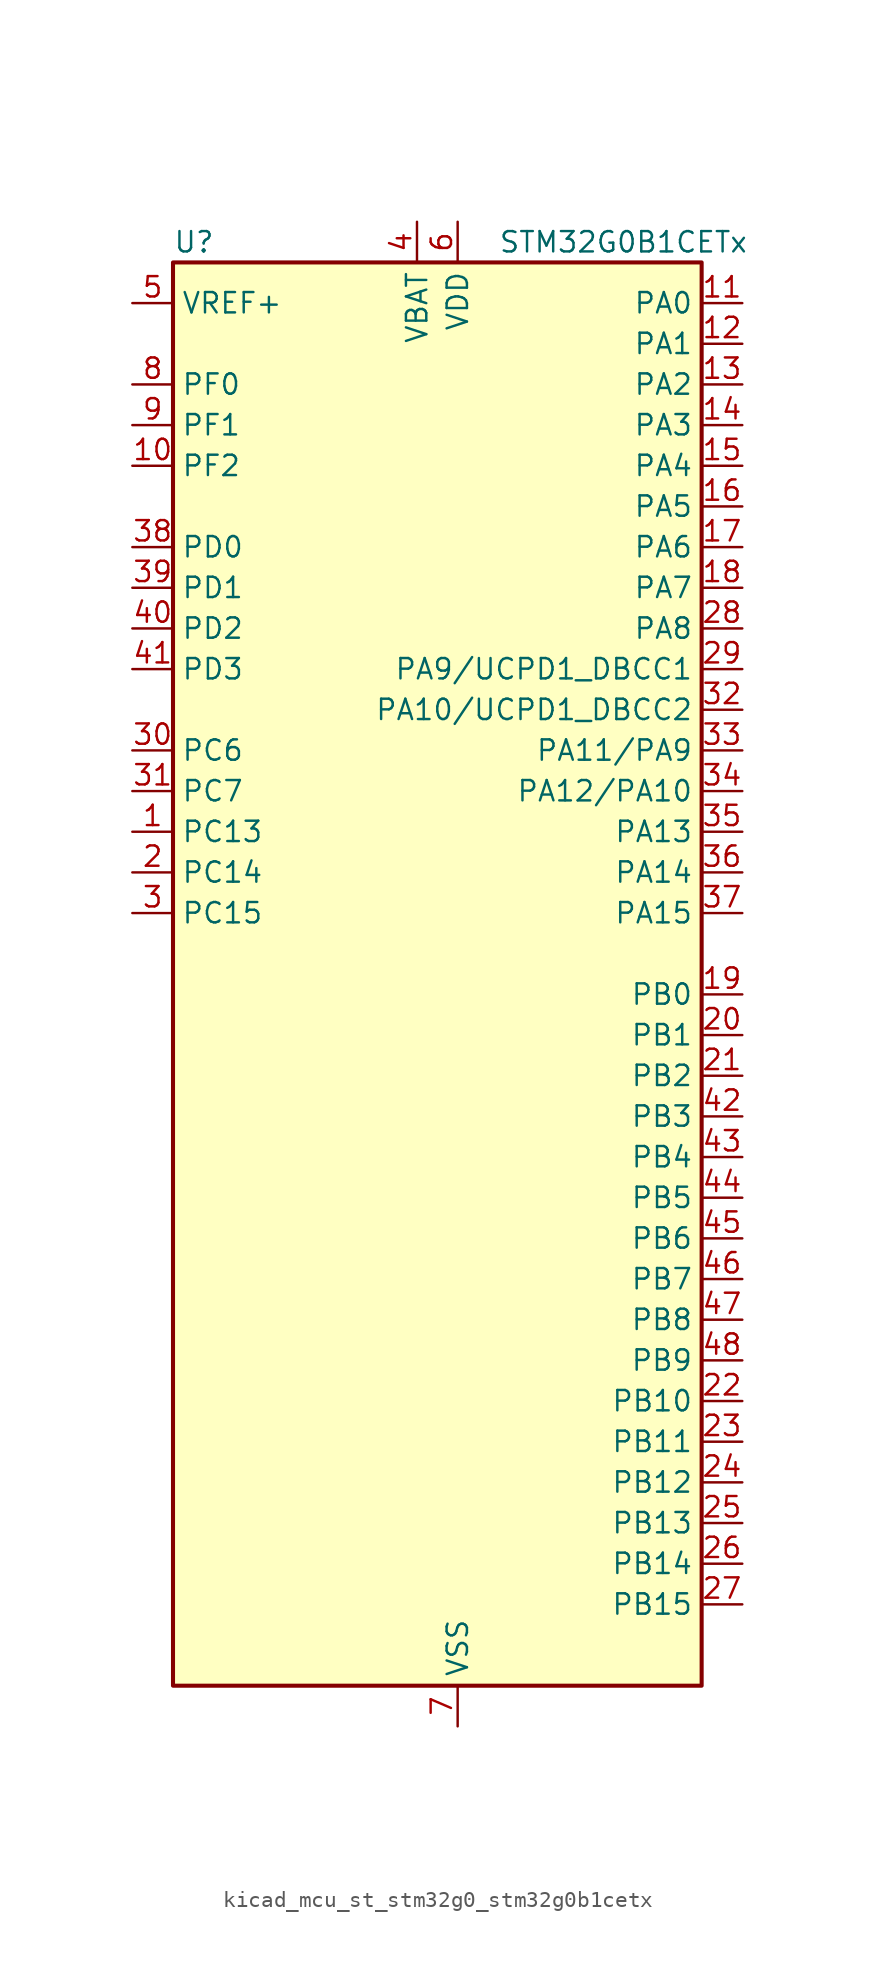
<source format=kicad_sym>
(kicad_symbol_lib
  (version 20220914)
  (generator kicad_symbol_editor)
  (symbol "kicad_mcu_st_stm32g0_stm32g0b1cetx"
    (property "Reference" "U"
      (at -15.24 46.99 0)
      (effects (font (size 1.27 1.27)) (justify left)))
    (property "Value" "STM32G0B1CETx"
      (at 5.08 46.99 0)
      (effects (font (size 1.27 1.27)) (justify left)))
    (property "ki_locked" ""
      (at 0 0 0)
      (effects (font (size 1.27 1.27))))
    (symbol "kicad_mcu_st_stm32g0_stm32g0b1cetx_0_1"
      (rectangle (start -15.24 -43.18) (end 17.78 45.72) (stroke (width 0.254) (type default)) (fill (type background))))
    (symbol "kicad_mcu_st_stm32g0_stm32g0b1cetx_1_1"
      (pin bidirectional line (at -17.78 10.16 0) (length 2.54) (name "PC13" (effects (font (size 1.27 1.27)))) (number "1" (effects (font (size 1.27 1.27)))) (alternate "RTC_OUT1" bidirectional line) (alternate "RTC_TAMP_IN1" bidirectional line) (alternate "RTC_TS" bidirectional line) (alternate "SYS_WKUP2" bidirectional line) (alternate "TIM1_BK" bidirectional line))
      (pin bidirectional line (at -17.78 33.02 0) (length 2.54) (name "PF2" (effects (font (size 1.27 1.27)))) (number "10" (effects (font (size 1.27 1.27)))) (alternate "LPUART2_DE" bidirectional line) (alternate "LPUART2_RTS" bidirectional line) (alternate "LPUART2_TX" bidirectional line) (alternate "RCC_MCO" bidirectional line))
      (pin bidirectional line (at 20.32 43.18 180) (length 2.54) (name "PA0" (effects (font (size 1.27 1.27)))) (number "11" (effects (font (size 1.27 1.27)))) (alternate "ADC1_IN0" bidirectional line) (alternate "COMP1_INM" bidirectional line) (alternate "COMP1_OUT" bidirectional line) (alternate "I2S2_CK" bidirectional line) (alternate "LPTIM1_OUT" bidirectional line) (alternate "RTC_TAMP_IN2" bidirectional line) (alternate "SPI2_SCK" bidirectional line) (alternate "SYS_WKUP1" bidirectional line) (alternate "TIM2_CH1" bidirectional line) (alternate "TIM2_ETR" bidirectional line) (alternate "UCPD2_FRSTX1" bidirectional line) (alternate "UCPD2_FRSTX2" bidirectional line) (alternate "USART2_CTS" bidirectional line) (alternate "USART2_NSS" bidirectional line) (alternate "USART4_TX" bidirectional line))
      (pin bidirectional line (at 20.32 40.64 180) (length 2.54) (name "PA1" (effects (font (size 1.27 1.27)))) (number "12" (effects (font (size 1.27 1.27)))) (alternate "ADC1_IN1" bidirectional line) (alternate "COMP1_INP" bidirectional line) (alternate "I2C1_SMBA" bidirectional line) (alternate "I2S1_CK" bidirectional line) (alternate "SPI1_SCK" bidirectional line) (alternate "TIM15_CH1N" bidirectional line) (alternate "TIM2_CH2" bidirectional line) (alternate "USART2_CK" bidirectional line) (alternate "USART2_DE" bidirectional line) (alternate "USART2_RTS" bidirectional line) (alternate "USART4_RX" bidirectional line))
      (pin bidirectional line (at 20.32 38.1 180) (length 2.54) (name "PA2" (effects (font (size 1.27 1.27)))) (number "13" (effects (font (size 1.27 1.27)))) (alternate "ADC1_IN2" bidirectional line) (alternate "COMP2_INM" bidirectional line) (alternate "COMP2_OUT" bidirectional line) (alternate "I2S1_SD" bidirectional line) (alternate "LPUART1_TX" bidirectional line) (alternate "RCC_LSCO" bidirectional line) (alternate "SPI1_MOSI" bidirectional line) (alternate "SYS_WKUP4" bidirectional line) (alternate "TIM15_CH1" bidirectional line) (alternate "TIM2_CH3" bidirectional line) (alternate "UCPD1_FRSTX1" bidirectional line) (alternate "UCPD1_FRSTX2" bidirectional line) (alternate "USART2_TX" bidirectional line))
      (pin bidirectional line (at 20.32 35.56 180) (length 2.54) (name "PA3" (effects (font (size 1.27 1.27)))) (number "14" (effects (font (size 1.27 1.27)))) (alternate "ADC1_IN3" bidirectional line) (alternate "COMP2_INP" bidirectional line) (alternate "I2S2_MCK" bidirectional line) (alternate "LPUART1_RX" bidirectional line) (alternate "SPI2_MISO" bidirectional line) (alternate "TIM15_CH2" bidirectional line) (alternate "TIM2_CH4" bidirectional line) (alternate "UCPD2_FRSTX1" bidirectional line) (alternate "UCPD2_FRSTX2" bidirectional line) (alternate "USART2_RX" bidirectional line))
      (pin bidirectional line (at 20.32 33.02 180) (length 2.54) (name "PA4" (effects (font (size 1.27 1.27)))) (number "15" (effects (font (size 1.27 1.27)))) (alternate "ADC1_IN4" bidirectional line) (alternate "DAC1_OUT1" bidirectional line) (alternate "I2S1_WS" bidirectional line) (alternate "I2S2_SD" bidirectional line) (alternate "LPTIM2_OUT" bidirectional line) (alternate "RTC_OUT2" bidirectional line) (alternate "SPI1_NSS" bidirectional line) (alternate "SPI2_MOSI" bidirectional line) (alternate "SPI3_NSS" bidirectional line) (alternate "TIM14_CH1" bidirectional line) (alternate "UCPD2_FRSTX1" bidirectional line) (alternate "UCPD2_FRSTX2" bidirectional line) (alternate "USART6_TX" bidirectional line) (alternate "USB_NOE" bidirectional line))
      (pin bidirectional line (at 20.32 30.48 180) (length 2.54) (name "PA5" (effects (font (size 1.27 1.27)))) (number "16" (effects (font (size 1.27 1.27)))) (alternate "ADC1_IN5" bidirectional line) (alternate "CEC" bidirectional line) (alternate "DAC1_OUT2" bidirectional line) (alternate "I2S1_CK" bidirectional line) (alternate "LPTIM2_ETR" bidirectional line) (alternate "SPI1_SCK" bidirectional line) (alternate "TIM2_CH1" bidirectional line) (alternate "TIM2_ETR" bidirectional line) (alternate "UCPD1_FRSTX1" bidirectional line) (alternate "UCPD1_FRSTX2" bidirectional line) (alternate "USART3_TX" bidirectional line) (alternate "USART6_RX" bidirectional line))
      (pin bidirectional line (at 20.32 27.94 180) (length 2.54) (name "PA6" (effects (font (size 1.27 1.27)))) (number "17" (effects (font (size 1.27 1.27)))) (alternate "ADC1_IN6" bidirectional line) (alternate "COMP1_OUT" bidirectional line) (alternate "I2C2_SDA" bidirectional line) (alternate "I2C3_SDA" bidirectional line) (alternate "I2S1_MCK" bidirectional line) (alternate "LPUART1_CTS" bidirectional line) (alternate "SPI1_MISO" bidirectional line) (alternate "TIM16_CH1" bidirectional line) (alternate "TIM1_BK" bidirectional line) (alternate "TIM3_CH1" bidirectional line) (alternate "USART3_CTS" bidirectional line) (alternate "USART3_NSS" bidirectional line) (alternate "USART6_CTS" bidirectional line) (alternate "USART6_NSS" bidirectional line))
      (pin bidirectional line (at 20.32 25.4 180) (length 2.54) (name "PA7" (effects (font (size 1.27 1.27)))) (number "18" (effects (font (size 1.27 1.27)))) (alternate "ADC1_IN7" bidirectional line) (alternate "COMP2_OUT" bidirectional line) (alternate "I2C2_SCL" bidirectional line) (alternate "I2C3_SCL" bidirectional line) (alternate "I2S1_SD" bidirectional line) (alternate "SPI1_MOSI" bidirectional line) (alternate "TIM14_CH1" bidirectional line) (alternate "TIM17_CH1" bidirectional line) (alternate "TIM1_CH1N" bidirectional line) (alternate "TIM3_CH2" bidirectional line) (alternate "UCPD1_FRSTX1" bidirectional line) (alternate "UCPD1_FRSTX2" bidirectional line) (alternate "USART6_CK" bidirectional line) (alternate "USART6_DE" bidirectional line) (alternate "USART6_RTS" bidirectional line))
      (pin bidirectional line (at 20.32 0 180) (length 2.54) (name "PB0" (effects (font (size 1.27 1.27)))) (number "19" (effects (font (size 1.27 1.27)))) (alternate "ADC1_IN8" bidirectional line) (alternate "COMP1_OUT" bidirectional line) (alternate "COMP3_INP" bidirectional line) (alternate "FDCAN2_RX" bidirectional line) (alternate "I2S1_WS" bidirectional line) (alternate "LPTIM1_OUT" bidirectional line) (alternate "LPUART2_CTS" bidirectional line) (alternate "SPI1_NSS" bidirectional line) (alternate "TIM1_CH2N" bidirectional line) (alternate "TIM3_CH3" bidirectional line) (alternate "UCPD1_FRSTX1" bidirectional line) (alternate "UCPD1_FRSTX2" bidirectional line) (alternate "USART3_RX" bidirectional line) (alternate "USART5_TX" bidirectional line))
      (pin bidirectional line (at -17.78 7.62 0) (length 2.54) (name "PC14" (effects (font (size 1.27 1.27)))) (number "2" (effects (font (size 1.27 1.27)))) (alternate "RCC_OSC32_IN" bidirectional line) (alternate "TIM1_BK2" bidirectional line))
      (pin bidirectional line (at 20.32 -2.54 180) (length 2.54) (name "PB1" (effects (font (size 1.27 1.27)))) (number "20" (effects (font (size 1.27 1.27)))) (alternate "ADC1_IN9" bidirectional line) (alternate "COMP1_INM" bidirectional line) (alternate "COMP3_OUT" bidirectional line) (alternate "FDCAN2_TX" bidirectional line) (alternate "LPTIM2_IN1" bidirectional line) (alternate "LPUART1_DE" bidirectional line) (alternate "LPUART1_RTS" bidirectional line) (alternate "LPUART2_DE" bidirectional line) (alternate "LPUART2_RTS" bidirectional line) (alternate "TIM14_CH1" bidirectional line) (alternate "TIM1_CH3N" bidirectional line) (alternate "TIM3_CH4" bidirectional line) (alternate "USART3_CK" bidirectional line) (alternate "USART3_DE" bidirectional line) (alternate "USART3_RTS" bidirectional line) (alternate "USART5_RX" bidirectional line))
      (pin bidirectional line (at 20.32 -5.08 180) (length 2.54) (name "PB2" (effects (font (size 1.27 1.27)))) (number "21" (effects (font (size 1.27 1.27)))) (alternate "ADC1_IN10" bidirectional line) (alternate "COMP1_INP" bidirectional line) (alternate "COMP3_INM" bidirectional line) (alternate "I2S2_MCK" bidirectional line) (alternate "LPTIM1_OUT" bidirectional line) (alternate "RCC_MCO_2" bidirectional line) (alternate "SPI2_MISO" bidirectional line) (alternate "USART3_TX" bidirectional line))
      (pin bidirectional line (at 20.32 -25.4 180) (length 2.54) (name "PB10" (effects (font (size 1.27 1.27)))) (number "22" (effects (font (size 1.27 1.27)))) (alternate "ADC1_IN11" bidirectional line) (alternate "CEC" bidirectional line) (alternate "COMP1_OUT" bidirectional line) (alternate "I2C2_SCL" bidirectional line) (alternate "I2S2_CK" bidirectional line) (alternate "LPUART1_RX" bidirectional line) (alternate "SPI2_SCK" bidirectional line) (alternate "TIM2_CH3" bidirectional line) (alternate "USART3_TX" bidirectional line))
      (pin bidirectional line (at 20.32 -27.94 180) (length 2.54) (name "PB11" (effects (font (size 1.27 1.27)))) (number "23" (effects (font (size 1.27 1.27)))) (alternate "ADC1_EXTI11" bidirectional line) (alternate "ADC1_IN15" bidirectional line) (alternate "COMP2_OUT" bidirectional line) (alternate "I2C2_SDA" bidirectional line) (alternate "I2S2_SD" bidirectional line) (alternate "LPUART1_TX" bidirectional line) (alternate "SPI2_MOSI" bidirectional line) (alternate "TIM2_CH4" bidirectional line) (alternate "USART3_RX" bidirectional line))
      (pin bidirectional line (at 20.32 -30.48 180) (length 2.54) (name "PB12" (effects (font (size 1.27 1.27)))) (number "24" (effects (font (size 1.27 1.27)))) (alternate "ADC1_IN16" bidirectional line) (alternate "FDCAN2_RX" bidirectional line) (alternate "I2C2_SMBA" bidirectional line) (alternate "I2S2_WS" bidirectional line) (alternate "LPUART1_DE" bidirectional line) (alternate "LPUART1_RTS" bidirectional line) (alternate "SPI2_NSS" bidirectional line) (alternate "TIM15_BK" bidirectional line) (alternate "TIM1_BK" bidirectional line) (alternate "UCPD2_FRSTX1" bidirectional line) (alternate "UCPD2_FRSTX2" bidirectional line))
      (pin bidirectional line (at 20.32 -33.02 180) (length 2.54) (name "PB13" (effects (font (size 1.27 1.27)))) (number "25" (effects (font (size 1.27 1.27)))) (alternate "FDCAN2_TX" bidirectional line) (alternate "I2C2_SCL" bidirectional line) (alternate "I2S2_CK" bidirectional line) (alternate "LPUART1_CTS" bidirectional line) (alternate "SPI2_SCK" bidirectional line) (alternate "TIM15_CH1N" bidirectional line) (alternate "TIM1_CH1N" bidirectional line) (alternate "USART3_CTS" bidirectional line) (alternate "USART3_NSS" bidirectional line))
      (pin bidirectional line (at 20.32 -35.56 180) (length 2.54) (name "PB14" (effects (font (size 1.27 1.27)))) (number "26" (effects (font (size 1.27 1.27)))) (alternate "I2C2_SDA" bidirectional line) (alternate "I2S2_MCK" bidirectional line) (alternate "SPI2_MISO" bidirectional line) (alternate "TIM15_CH1" bidirectional line) (alternate "TIM1_CH2N" bidirectional line) (alternate "UCPD1_FRSTX1" bidirectional line) (alternate "UCPD1_FRSTX2" bidirectional line) (alternate "USART3_CK" bidirectional line) (alternate "USART3_DE" bidirectional line) (alternate "USART3_RTS" bidirectional line) (alternate "USART6_CK" bidirectional line) (alternate "USART6_DE" bidirectional line) (alternate "USART6_RTS" bidirectional line))
      (pin bidirectional line (at 20.32 -38.1 180) (length 2.54) (name "PB15" (effects (font (size 1.27 1.27)))) (number "27" (effects (font (size 1.27 1.27)))) (alternate "I2S2_SD" bidirectional line) (alternate "RTC_REFIN" bidirectional line) (alternate "SPI2_MOSI" bidirectional line) (alternate "TIM15_CH1N" bidirectional line) (alternate "TIM15_CH2" bidirectional line) (alternate "TIM1_CH3N" bidirectional line) (alternate "UCPD1_CC2" bidirectional line) (alternate "USART6_CTS" bidirectional line) (alternate "USART6_NSS" bidirectional line))
      (pin bidirectional line (at 20.32 22.86 180) (length 2.54) (name "PA8" (effects (font (size 1.27 1.27)))) (number "28" (effects (font (size 1.27 1.27)))) (alternate "CRS1_SYNC" bidirectional line) (alternate "I2C2_SMBA" bidirectional line) (alternate "I2S2_WS" bidirectional line) (alternate "LPTIM2_OUT" bidirectional line) (alternate "RCC_MCO" bidirectional line) (alternate "SPI2_NSS" bidirectional line) (alternate "TIM1_CH1" bidirectional line) (alternate "UCPD1_CC1" bidirectional line))
      (pin bidirectional line (at 20.32 20.32 180) (length 2.54) (name "PA9/UCPD1_DBCC1" (effects (font (size 1.27 1.27)))) (number "29" (effects (font (size 1.27 1.27)))) (alternate "DAC1_EXTI9" bidirectional line) (alternate "I2C1_SCL" bidirectional line) (alternate "I2C2_SCL" bidirectional line) (alternate "I2S2_MCK" bidirectional line) (alternate "RCC_MCO" bidirectional line) (alternate "SPI2_MISO" bidirectional line) (alternate "TIM15_BK" bidirectional line) (alternate "TIM1_CH2" bidirectional line) (alternate "UCPD1_DBCC1" bidirectional line) (alternate "USART1_TX" bidirectional line))
      (pin bidirectional line (at -17.78 5.08 0) (length 2.54) (name "PC15" (effects (font (size 1.27 1.27)))) (number "3" (effects (font (size 1.27 1.27)))) (alternate "RCC_OSC32_EN" bidirectional line) (alternate "RCC_OSC32_OUT" bidirectional line) (alternate "RCC_OSC_EN" bidirectional line) (alternate "TIM15_BK" bidirectional line))
      (pin bidirectional line (at -17.78 15.24 0) (length 2.54) (name "PC6" (effects (font (size 1.27 1.27)))) (number "30" (effects (font (size 1.27 1.27)))) (alternate "LPUART2_TX" bidirectional line) (alternate "TIM2_CH3" bidirectional line) (alternate "TIM3_CH1" bidirectional line) (alternate "UCPD1_FRSTX1" bidirectional line) (alternate "UCPD1_FRSTX2" bidirectional line))
      (pin bidirectional line (at -17.78 12.7 0) (length 2.54) (name "PC7" (effects (font (size 1.27 1.27)))) (number "31" (effects (font (size 1.27 1.27)))) (alternate "LPUART2_RX" bidirectional line) (alternate "TIM2_CH4" bidirectional line) (alternate "TIM3_CH2" bidirectional line) (alternate "UCPD2_FRSTX1" bidirectional line) (alternate "UCPD2_FRSTX2" bidirectional line))
      (pin bidirectional line (at 20.32 17.78 180) (length 2.54) (name "PA10/UCPD1_DBCC2" (effects (font (size 1.27 1.27)))) (number "32" (effects (font (size 1.27 1.27)))) (alternate "I2C1_SDA" bidirectional line) (alternate "I2C2_SDA" bidirectional line) (alternate "I2S2_SD" bidirectional line) (alternate "RCC_MCO_2" bidirectional line) (alternate "SPI2_MOSI" bidirectional line) (alternate "TIM17_BK" bidirectional line) (alternate "TIM1_CH3" bidirectional line) (alternate "UCPD1_DBCC2" bidirectional line) (alternate "USART1_RX" bidirectional line))
      (pin bidirectional line (at 20.32 15.24 180) (length 2.54) (name "PA11/PA9" (effects (font (size 1.27 1.27)))) (number "33" (effects (font (size 1.27 1.27)))) (alternate "ADC1_EXTI11" bidirectional line) (alternate "COMP1_OUT" bidirectional line) (alternate "FDCAN1_RX" bidirectional line) (alternate "I2C2_SCL" bidirectional line) (alternate "I2S1_MCK" bidirectional line) (alternate "SPI1_MISO" bidirectional line) (alternate "TIM1_BK2" bidirectional line) (alternate "TIM1_CH4" bidirectional line) (alternate "USART1_CTS" bidirectional line) (alternate "USART1_NSS" bidirectional line) (alternate "USB_DM" bidirectional line))
      (pin bidirectional line (at 20.32 12.7 180) (length 2.54) (name "PA12/PA10" (effects (font (size 1.27 1.27)))) (number "34" (effects (font (size 1.27 1.27)))) (alternate "COMP2_OUT" bidirectional line) (alternate "FDCAN1_TX" bidirectional line) (alternate "I2C2_SDA" bidirectional line) (alternate "I2S1_SD" bidirectional line) (alternate "I2S_CKIN" bidirectional line) (alternate "SPI1_MOSI" bidirectional line) (alternate "TIM1_ETR" bidirectional line) (alternate "USART1_CK" bidirectional line) (alternate "USART1_DE" bidirectional line) (alternate "USART1_RTS" bidirectional line) (alternate "USB_DP" bidirectional line))
      (pin bidirectional line (at 20.32 10.16 180) (length 2.54) (name "PA13" (effects (font (size 1.27 1.27)))) (number "35" (effects (font (size 1.27 1.27)))) (alternate "IR_OUT" bidirectional line) (alternate "LPUART2_RX" bidirectional line) (alternate "SYS_SWDIO" bidirectional line) (alternate "USB_NOE" bidirectional line))
      (pin bidirectional line (at 20.32 7.62 180) (length 2.54) (name "PA14" (effects (font (size 1.27 1.27)))) (number "36" (effects (font (size 1.27 1.27)))) (alternate "LPUART2_TX" bidirectional line) (alternate "SYS_SWCLK" bidirectional line) (alternate "USART2_TX" bidirectional line))
      (pin bidirectional line (at 20.32 5.08 180) (length 2.54) (name "PA15" (effects (font (size 1.27 1.27)))) (number "37" (effects (font (size 1.27 1.27)))) (alternate "I2C2_SMBA" bidirectional line) (alternate "I2S1_WS" bidirectional line) (alternate "RCC_MCO_2" bidirectional line) (alternate "SPI1_NSS" bidirectional line) (alternate "SPI3_NSS" bidirectional line) (alternate "TIM2_CH1" bidirectional line) (alternate "TIM2_ETR" bidirectional line) (alternate "USART2_RX" bidirectional line) (alternate "USART3_CK" bidirectional line) (alternate "USART3_DE" bidirectional line) (alternate "USART3_RTS" bidirectional line) (alternate "USART4_CK" bidirectional line) (alternate "USART4_DE" bidirectional line) (alternate "USART4_RTS" bidirectional line) (alternate "USB_NOE" bidirectional line))
      (pin bidirectional line (at -17.78 27.94 0) (length 2.54) (name "PD0" (effects (font (size 1.27 1.27)))) (number "38" (effects (font (size 1.27 1.27)))) (alternate "FDCAN1_RX" bidirectional line) (alternate "I2S2_WS" bidirectional line) (alternate "SPI2_NSS" bidirectional line) (alternate "TIM16_CH1" bidirectional line) (alternate "UCPD2_CC1" bidirectional line))
      (pin bidirectional line (at -17.78 25.4 0) (length 2.54) (name "PD1" (effects (font (size 1.27 1.27)))) (number "39" (effects (font (size 1.27 1.27)))) (alternate "FDCAN1_TX" bidirectional line) (alternate "I2S2_CK" bidirectional line) (alternate "SPI2_SCK" bidirectional line) (alternate "TIM17_CH1" bidirectional line) (alternate "UCPD2_DBCC1" bidirectional line))
      (pin power_in line (at 0 48.26 270) (length 2.54) (name "VBAT" (effects (font (size 1.27 1.27)))) (number "4" (effects (font (size 1.27 1.27)))))
      (pin bidirectional line (at -17.78 22.86 0) (length 2.54) (name "PD2" (effects (font (size 1.27 1.27)))) (number "40" (effects (font (size 1.27 1.27)))) (alternate "TIM1_CH1N" bidirectional line) (alternate "TIM3_ETR" bidirectional line) (alternate "UCPD2_CC2" bidirectional line) (alternate "USART3_CK" bidirectional line) (alternate "USART3_DE" bidirectional line) (alternate "USART3_RTS" bidirectional line) (alternate "USART5_RX" bidirectional line))
      (pin bidirectional line (at -17.78 20.32 0) (length 2.54) (name "PD3" (effects (font (size 1.27 1.27)))) (number "41" (effects (font (size 1.27 1.27)))) (alternate "I2S2_MCK" bidirectional line) (alternate "SPI2_MISO" bidirectional line) (alternate "TIM1_CH2N" bidirectional line) (alternate "UCPD2_DBCC2" bidirectional line) (alternate "USART2_CTS" bidirectional line) (alternate "USART2_NSS" bidirectional line) (alternate "USART5_TX" bidirectional line))
      (pin bidirectional line (at 20.32 -7.62 180) (length 2.54) (name "PB3" (effects (font (size 1.27 1.27)))) (number "42" (effects (font (size 1.27 1.27)))) (alternate "COMP2_INM" bidirectional line) (alternate "I2C2_SCL" bidirectional line) (alternate "I2C3_SCL" bidirectional line) (alternate "I2S1_CK" bidirectional line) (alternate "SPI1_SCK" bidirectional line) (alternate "SPI3_SCK" bidirectional line) (alternate "TIM1_CH2" bidirectional line) (alternate "TIM2_CH2" bidirectional line) (alternate "USART1_CK" bidirectional line) (alternate "USART1_DE" bidirectional line) (alternate "USART1_RTS" bidirectional line) (alternate "USART5_TX" bidirectional line))
      (pin bidirectional line (at 20.32 -10.16 180) (length 2.54) (name "PB4" (effects (font (size 1.27 1.27)))) (number "43" (effects (font (size 1.27 1.27)))) (alternate "COMP2_INP" bidirectional line) (alternate "I2C2_SDA" bidirectional line) (alternate "I2C3_SDA" bidirectional line) (alternate "I2S1_MCK" bidirectional line) (alternate "SPI1_MISO" bidirectional line) (alternate "SPI3_MISO" bidirectional line) (alternate "TIM17_BK" bidirectional line) (alternate "TIM3_CH1" bidirectional line) (alternate "USART1_CTS" bidirectional line) (alternate "USART1_NSS" bidirectional line) (alternate "USART5_RX" bidirectional line))
      (pin bidirectional line (at 20.32 -12.7 180) (length 2.54) (name "PB5" (effects (font (size 1.27 1.27)))) (number "44" (effects (font (size 1.27 1.27)))) (alternate "COMP2_OUT" bidirectional line) (alternate "FDCAN2_RX" bidirectional line) (alternate "I2C1_SMBA" bidirectional line) (alternate "I2S1_SD" bidirectional line) (alternate "LPTIM1_IN1" bidirectional line) (alternate "SPI1_MOSI" bidirectional line) (alternate "SPI3_MOSI" bidirectional line) (alternate "SYS_WKUP6" bidirectional line) (alternate "TIM16_BK" bidirectional line) (alternate "TIM3_CH2" bidirectional line) (alternate "USART5_CK" bidirectional line) (alternate "USART5_DE" bidirectional line) (alternate "USART5_RTS" bidirectional line))
      (pin bidirectional line (at 20.32 -15.24 180) (length 2.54) (name "PB6" (effects (font (size 1.27 1.27)))) (number "45" (effects (font (size 1.27 1.27)))) (alternate "COMP2_INP" bidirectional line) (alternate "FDCAN2_TX" bidirectional line) (alternate "I2C1_SCL" bidirectional line) (alternate "I2S2_MCK" bidirectional line) (alternate "LPTIM1_ETR" bidirectional line) (alternate "LPUART2_TX" bidirectional line) (alternate "SPI2_MISO" bidirectional line) (alternate "TIM16_CH1N" bidirectional line) (alternate "TIM1_CH3" bidirectional line) (alternate "TIM4_CH1" bidirectional line) (alternate "USART1_TX" bidirectional line) (alternate "USART5_CTS" bidirectional line) (alternate "USART5_NSS" bidirectional line))
      (pin bidirectional line (at 20.32 -17.78 180) (length 2.54) (name "PB7" (effects (font (size 1.27 1.27)))) (number "46" (effects (font (size 1.27 1.27)))) (alternate "COMP2_INM" bidirectional line) (alternate "I2C1_SDA" bidirectional line) (alternate "I2S2_SD" bidirectional line) (alternate "LPTIM1_IN2" bidirectional line) (alternate "LPUART2_RX" bidirectional line) (alternate "SPI2_MOSI" bidirectional line) (alternate "SYS_PVD_IN" bidirectional line) (alternate "TIM17_CH1N" bidirectional line) (alternate "TIM4_CH2" bidirectional line) (alternate "USART1_RX" bidirectional line) (alternate "USART4_CTS" bidirectional line) (alternate "USART4_NSS" bidirectional line))
      (pin bidirectional line (at 20.32 -20.32 180) (length 2.54) (name "PB8" (effects (font (size 1.27 1.27)))) (number "47" (effects (font (size 1.27 1.27)))) (alternate "CEC" bidirectional line) (alternate "FDCAN1_RX" bidirectional line) (alternate "I2C1_SCL" bidirectional line) (alternate "I2S2_CK" bidirectional line) (alternate "SPI2_SCK" bidirectional line) (alternate "TIM15_BK" bidirectional line) (alternate "TIM16_CH1" bidirectional line) (alternate "TIM4_CH3" bidirectional line) (alternate "USART3_TX" bidirectional line) (alternate "USART6_TX" bidirectional line))
      (pin bidirectional line (at 20.32 -22.86 180) (length 2.54) (name "PB9" (effects (font (size 1.27 1.27)))) (number "48" (effects (font (size 1.27 1.27)))) (alternate "DAC1_EXTI9" bidirectional line) (alternate "FDCAN1_TX" bidirectional line) (alternate "I2C1_SDA" bidirectional line) (alternate "I2S2_WS" bidirectional line) (alternate "IR_OUT" bidirectional line) (alternate "SPI2_NSS" bidirectional line) (alternate "TIM17_CH1" bidirectional line) (alternate "TIM4_CH4" bidirectional line) (alternate "UCPD2_FRSTX1" bidirectional line) (alternate "UCPD2_FRSTX2" bidirectional line) (alternate "USART3_RX" bidirectional line) (alternate "USART6_RX" bidirectional line))
      (pin input line (at -17.78 43.18 0) (length 2.54) (name "VREF+" (effects (font (size 1.27 1.27)))) (number "5" (effects (font (size 1.27 1.27)))) (alternate "VREFBUF_OUT" bidirectional line))
      (pin power_in line (at 2.54 48.26 270) (length 2.54) (name "VDD" (effects (font (size 1.27 1.27)))) (number "6" (effects (font (size 1.27 1.27)))))
      (pin power_in line (at 2.54 -45.72 90) (length 2.54) (name "VSS" (effects (font (size 1.27 1.27)))) (number "7" (effects (font (size 1.27 1.27)))))
      (pin bidirectional line (at -17.78 38.1 0) (length 2.54) (name "PF0" (effects (font (size 1.27 1.27)))) (number "8" (effects (font (size 1.27 1.27)))) (alternate "CRS1_SYNC" bidirectional line) (alternate "RCC_OSC_IN" bidirectional line) (alternate "TIM14_CH1" bidirectional line))
      (pin bidirectional line (at -17.78 35.56 0) (length 2.54) (name "PF1" (effects (font (size 1.27 1.27)))) (number "9" (effects (font (size 1.27 1.27)))) (alternate "RCC_OSC_EN" bidirectional line) (alternate "RCC_OSC_OUT" bidirectional line) (alternate "TIM15_CH1N" bidirectional line)))))
</source>
